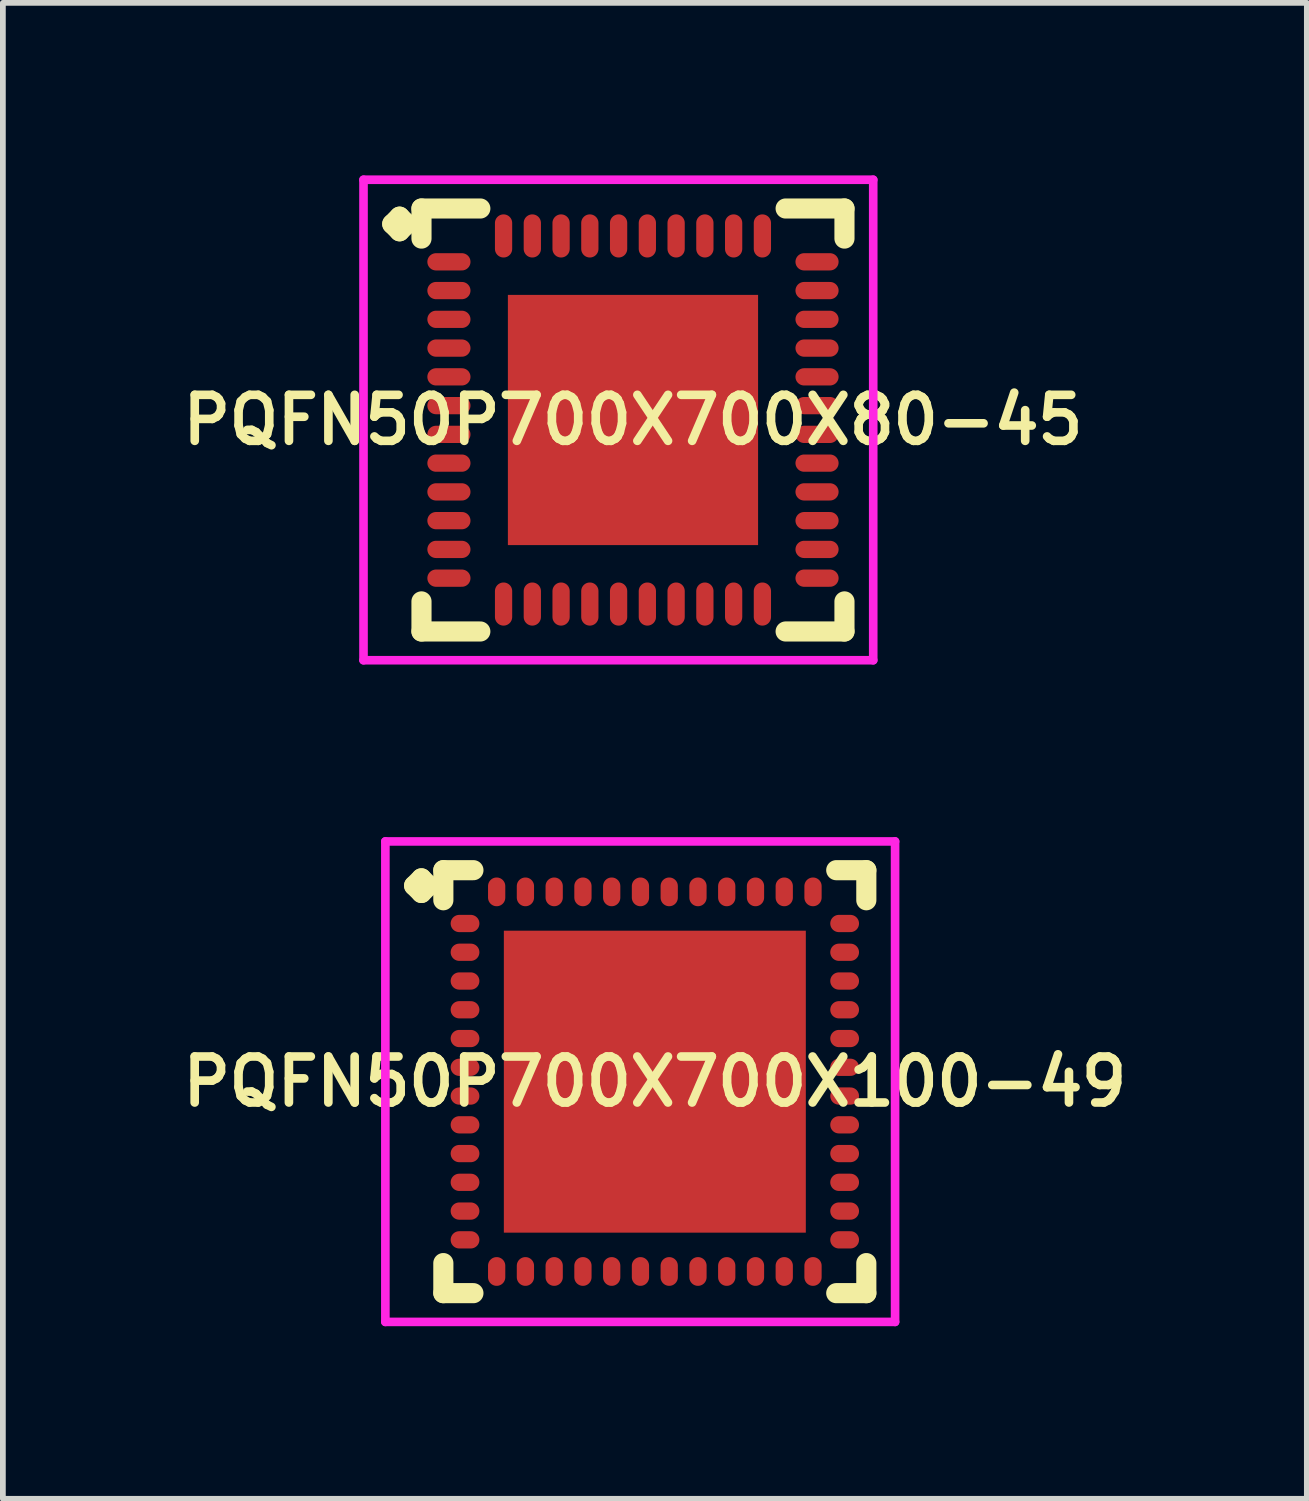
<source format=kicad_pcb>
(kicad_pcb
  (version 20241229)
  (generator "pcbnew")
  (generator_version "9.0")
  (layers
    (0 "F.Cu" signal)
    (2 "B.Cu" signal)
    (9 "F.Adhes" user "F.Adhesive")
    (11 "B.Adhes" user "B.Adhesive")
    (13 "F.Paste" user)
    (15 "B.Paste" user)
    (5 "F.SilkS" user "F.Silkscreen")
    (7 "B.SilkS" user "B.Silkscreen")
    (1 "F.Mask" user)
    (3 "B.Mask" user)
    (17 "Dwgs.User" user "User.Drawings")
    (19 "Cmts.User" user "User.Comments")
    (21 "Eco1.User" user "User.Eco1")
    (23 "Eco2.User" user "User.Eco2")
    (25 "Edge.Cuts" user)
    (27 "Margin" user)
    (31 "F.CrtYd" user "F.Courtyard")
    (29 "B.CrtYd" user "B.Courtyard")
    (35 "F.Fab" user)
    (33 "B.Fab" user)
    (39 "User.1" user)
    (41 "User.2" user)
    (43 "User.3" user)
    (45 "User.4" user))
  (footprint "PQFN50P700X700X80-45"
    (layer "F.Cu")
    (at 7.955 4.252)
    (property "Reference" "PQFN50P700X700X80-45" (at 0 0 0) (layer "F.SilkS") (effects (font (size 0.8 0.8) (thickness 0.15))))
    (attr smd)
    (fp_line (start -4.185 -3.408) (end -4.058 -3.535) (stroke (width 0.35) (type solid)) (layer "F.SilkS"))
    (fp_line (start -4.058 -3.535) (end -3.931 -3.408) (stroke (width 0.35) (type solid)) (layer "F.SilkS"))
    (fp_line (start -4.058 -3.281) (end -4.185 -3.408) (stroke (width 0.35) (type solid)) (layer "F.SilkS"))
    (fp_line (start -3.931 -3.408) (end -4.058 -3.281) (stroke (width 0.35) (type solid)) (layer "F.SilkS"))
    (fp_line (start -3.677 -3.677) (end -2.654 -3.677) (stroke (width 0.35) (type solid)) (layer "F.SilkS"))
    (fp_line (start -3.677 -3.154) (end -3.677 -3.677) (stroke (width 0.35) (type solid)) (layer "F.SilkS"))
    (fp_line (start -3.677 3.154) (end -3.677 3.677) (stroke (width 0.35) (type solid)) (layer "F.SilkS"))
    (fp_line (start -3.677 3.677) (end -2.654 3.677) (stroke (width 0.35) (type solid)) (layer "F.SilkS"))
    (fp_line (start 2.654 -3.677) (end 3.677 -3.677) (stroke (width 0.35) (type solid)) (layer "F.SilkS"))
    (fp_line (start 2.654 3.677) (end 3.677 3.677) (stroke (width 0.35) (type solid)) (layer "F.SilkS"))
    (fp_line (start 3.677 -3.677) (end 3.677 -3.154) (stroke (width 0.35) (type solid)) (layer "F.SilkS"))
    (fp_line (start 3.677 3.677) (end 3.677 3.154) (stroke (width 0.35) (type solid)) (layer "F.SilkS"))
    (fp_line (start -4.685 -4.177) (end 4.177 -4.177) (stroke (width 0.15) (type solid)) (layer "F.CrtYd"))
    (fp_line (start -4.685 4.177) (end -4.685 -4.177) (stroke (width 0.15) (type solid)) (layer "F.CrtYd"))
    (fp_line (start 4.177 -4.177) (end 4.177 4.177) (stroke (width 0.15) (type solid)) (layer "F.CrtYd"))
    (fp_line (start 4.177 4.177) (end -4.685 4.177) (stroke (width 0.15) (type solid)) (layer "F.CrtYd"))
    (pad "1" smd oval (at -3.2 -2.75) (size 0.75 0.3) (layers "F.Cu" "F.Mask" "F.Paste"))
    (pad "2" smd oval (at -3.2 -2.25) (size 0.75 0.3) (layers "F.Cu" "F.Mask" "F.Paste"))
    (pad "3" smd oval (at -3.2 -1.75) (size 0.75 0.3) (layers "F.Cu" "F.Mask" "F.Paste"))
    (pad "4" smd oval (at -3.2 -1.25) (size 0.75 0.3) (layers "F.Cu" "F.Mask" "F.Paste"))
    (pad "5" smd oval (at -3.2 -0.75) (size 0.75 0.3) (layers "F.Cu" "F.Mask" "F.Paste"))
    (pad "6" smd oval (at -3.2 -0.25) (size 0.75 0.3) (layers "F.Cu" "F.Mask" "F.Paste"))
    (pad "7" smd oval (at -3.2 0.25) (size 0.75 0.3) (layers "F.Cu" "F.Mask" "F.Paste"))
    (pad "8" smd oval (at -3.2 0.75) (size 0.75 0.3) (layers "F.Cu" "F.Mask" "F.Paste"))
    (pad "9" smd oval (at -3.2 1.25) (size 0.75 0.3) (layers "F.Cu" "F.Mask" "F.Paste"))
    (pad "10" smd oval (at -3.2 1.75) (size 0.75 0.3) (layers "F.Cu" "F.Mask" "F.Paste"))
    (pad "11" smd oval (at -3.2 2.25) (size 0.75 0.3) (layers "F.Cu" "F.Mask" "F.Paste"))
    (pad "12" smd oval (at -3.2 2.75) (size 0.75 0.3) (layers "F.Cu" "F.Mask" "F.Paste"))
    (pad "13" smd oval (at -2.25 3.2) (size 0.3 0.75) (layers "F.Cu" "F.Mask" "F.Paste"))
    (pad "14" smd oval (at -1.75 3.2) (size 0.3 0.75) (layers "F.Cu" "F.Mask" "F.Paste"))
    (pad "15" smd oval (at -1.25 3.2) (size 0.3 0.75) (layers "F.Cu" "F.Mask" "F.Paste"))
    (pad "16" smd oval (at -0.75 3.2) (size 0.3 0.75) (layers "F.Cu" "F.Mask" "F.Paste"))
    (pad "17" smd oval (at -0.25 3.2) (size 0.3 0.75) (layers "F.Cu" "F.Mask" "F.Paste"))
    (pad "18" smd oval (at 0.25 3.2) (size 0.3 0.75) (layers "F.Cu" "F.Mask" "F.Paste"))
    (pad "19" smd oval (at 0.75 3.2) (size 0.3 0.75) (layers "F.Cu" "F.Mask" "F.Paste"))
    (pad "20" smd oval (at 1.25 3.2) (size 0.3 0.75) (layers "F.Cu" "F.Mask" "F.Paste"))
    (pad "21" smd oval (at 1.75 3.2) (size 0.3 0.75) (layers "F.Cu" "F.Mask" "F.Paste"))
    (pad "22" smd oval (at 2.25 3.2) (size 0.3 0.75) (layers "F.Cu" "F.Mask" "F.Paste"))
    (pad "23" smd oval (at 3.2 2.75) (size 0.75 0.3) (layers "F.Cu" "F.Mask" "F.Paste"))
    (pad "24" smd oval (at 3.2 2.25) (size 0.75 0.3) (layers "F.Cu" "F.Mask" "F.Paste"))
    (pad "25" smd oval (at 3.2 1.75) (size 0.75 0.3) (layers "F.Cu" "F.Mask" "F.Paste"))
    (pad "26" smd oval (at 3.2 1.25) (size 0.75 0.3) (layers "F.Cu" "F.Mask" "F.Paste"))
    (pad "27" smd oval (at 3.2 0.75) (size 0.75 0.3) (layers "F.Cu" "F.Mask" "F.Paste"))
    (pad "28" smd oval (at 3.2 0.25) (size 0.75 0.3) (layers "F.Cu" "F.Mask" "F.Paste"))
    (pad "29" smd oval (at 3.2 -0.25) (size 0.75 0.3) (layers "F.Cu" "F.Mask" "F.Paste"))
    (pad "30" smd oval (at 3.2 -0.75) (size 0.75 0.3) (layers "F.Cu" "F.Mask" "F.Paste"))
    (pad "31" smd oval (at 3.2 -1.25) (size 0.75 0.3) (layers "F.Cu" "F.Mask" "F.Paste"))
    (pad "32" smd oval (at 3.2 -1.75) (size 0.75 0.3) (layers "F.Cu" "F.Mask" "F.Paste"))
    (pad "33" smd oval (at 3.2 -2.25) (size 0.75 0.3) (layers "F.Cu" "F.Mask" "F.Paste"))
    (pad "34" smd oval (at 3.2 -2.75) (size 0.75 0.3) (layers "F.Cu" "F.Mask" "F.Paste"))
    (pad "35" smd oval (at 2.25 -3.2) (size 0.3 0.75) (layers "F.Cu" "F.Mask" "F.Paste"))
    (pad "36" smd oval (at 1.75 -3.2) (size 0.3 0.75) (layers "F.Cu" "F.Mask" "F.Paste"))
    (pad "37" smd oval (at 1.25 -3.2) (size 0.3 0.75) (layers "F.Cu" "F.Mask" "F.Paste"))
    (pad "38" smd oval (at 0.75 -3.2) (size 0.3 0.75) (layers "F.Cu" "F.Mask" "F.Paste"))
    (pad "39" smd oval (at 0.25 -3.2) (size 0.3 0.75) (layers "F.Cu" "F.Mask" "F.Paste"))
    (pad "40" smd oval (at -0.25 -3.2) (size 0.3 0.75) (layers "F.Cu" "F.Mask" "F.Paste"))
    (pad "41" smd oval (at -0.75 -3.2) (size 0.3 0.75) (layers "F.Cu" "F.Mask" "F.Paste"))
    (pad "42" smd oval (at -1.25 -3.2) (size 0.3 0.75) (layers "F.Cu" "F.Mask" "F.Paste"))
    (pad "43" smd oval (at -1.75 -3.2) (size 0.3 0.75) (layers "F.Cu" "F.Mask" "F.Paste"))
    (pad "44" smd oval (at -2.25 -3.2) (size 0.3 0.75) (layers "F.Cu" "F.Mask" "F.Paste"))
    (pad "45" smd rect (at 0 0) (size 4.35 4.35) (layers "F.Cu" "F.Mask" "F.Paste")))
  (footprint "PQFN50P700X700X100-49"
    (layer "F.Cu")
    (at 8.335 15.756)
    (property "Reference" "PQFN50P700X700X100-49" (at 0 0 0) (layer "F.SilkS") (effects (font (size 0.8 0.8) (thickness 0.15))))
    (attr smd)
    (fp_line (start -4.185 -3.408) (end -4.058 -3.535) (stroke (width 0.35) (type solid)) (layer "F.SilkS"))
    (fp_line (start -4.058 -3.535) (end -3.931 -3.408) (stroke (width 0.35) (type solid)) (layer "F.SilkS"))
    (fp_line (start -4.058 -3.281) (end -4.185 -3.408) (stroke (width 0.35) (type solid)) (layer "F.SilkS"))
    (fp_line (start -3.931 -3.408) (end -4.058 -3.281) (stroke (width 0.35) (type solid)) (layer "F.SilkS"))
    (fp_line (start -3.677 -3.677) (end -3.154 -3.677) (stroke (width 0.35) (type solid)) (layer "F.SilkS"))
    (fp_line (start -3.677 -3.154) (end -3.677 -3.677) (stroke (width 0.35) (type solid)) (layer "F.SilkS"))
    (fp_line (start -3.677 3.154) (end -3.677 3.677) (stroke (width 0.35) (type solid)) (layer "F.SilkS"))
    (fp_line (start -3.677 3.677) (end -3.154 3.677) (stroke (width 0.35) (type solid)) (layer "F.SilkS"))
    (fp_line (start 3.154 -3.677) (end 3.677 -3.677) (stroke (width 0.35) (type solid)) (layer "F.SilkS"))
    (fp_line (start 3.154 3.677) (end 3.677 3.677) (stroke (width 0.35) (type solid)) (layer "F.SilkS"))
    (fp_line (start 3.677 -3.677) (end 3.677 -3.154) (stroke (width 0.35) (type solid)) (layer "F.SilkS"))
    (fp_line (start 3.677 3.677) (end 3.677 3.154) (stroke (width 0.35) (type solid)) (layer "F.SilkS"))
    (fp_line (start -4.685 -4.177) (end 4.177 -4.177) (stroke (width 0.15) (type solid)) (layer "F.CrtYd"))
    (fp_line (start -4.685 4.177) (end -4.685 -4.177) (stroke (width 0.15) (type solid)) (layer "F.CrtYd"))
    (fp_line (start 4.177 -4.177) (end 4.177 4.177) (stroke (width 0.15) (type solid)) (layer "F.CrtYd"))
    (fp_line (start 4.177 4.177) (end -4.685 4.177) (stroke (width 0.15) (type solid)) (layer "F.CrtYd"))
    (pad "1" smd oval (at -3.3 -2.75) (size 0.5 0.3) (layers "F.Cu" "F.Mask" "F.Paste"))
    (pad "2" smd oval (at -3.3 -2.25) (size 0.5 0.3) (layers "F.Cu" "F.Mask" "F.Paste"))
    (pad "3" smd oval (at -3.3 -1.75) (size 0.5 0.3) (layers "F.Cu" "F.Mask" "F.Paste"))
    (pad "4" smd oval (at -3.3 -1.25) (size 0.5 0.3) (layers "F.Cu" "F.Mask" "F.Paste"))
    (pad "5" smd oval (at -3.3 -0.75) (size 0.5 0.3) (layers "F.Cu" "F.Mask" "F.Paste"))
    (pad "6" smd oval (at -3.3 -0.25) (size 0.5 0.3) (layers "F.Cu" "F.Mask" "F.Paste"))
    (pad "7" smd oval (at -3.3 0.25) (size 0.5 0.3) (layers "F.Cu" "F.Mask" "F.Paste"))
    (pad "8" smd oval (at -3.3 0.75) (size 0.5 0.3) (layers "F.Cu" "F.Mask" "F.Paste"))
    (pad "9" smd oval (at -3.3 1.25) (size 0.5 0.3) (layers "F.Cu" "F.Mask" "F.Paste"))
    (pad "10" smd oval (at -3.3 1.75) (size 0.5 0.3) (layers "F.Cu" "F.Mask" "F.Paste"))
    (pad "11" smd oval (at -3.3 2.25) (size 0.5 0.3) (layers "F.Cu" "F.Mask" "F.Paste"))
    (pad "12" smd oval (at -3.3 2.75) (size 0.5 0.3) (layers "F.Cu" "F.Mask" "F.Paste"))
    (pad "13" smd oval (at -2.75 3.3) (size 0.3 0.5) (layers "F.Cu" "F.Mask" "F.Paste"))
    (pad "14" smd oval (at -2.25 3.3) (size 0.3 0.5) (layers "F.Cu" "F.Mask" "F.Paste"))
    (pad "15" smd oval (at -1.75 3.3) (size 0.3 0.5) (layers "F.Cu" "F.Mask" "F.Paste"))
    (pad "16" smd oval (at -1.25 3.3) (size 0.3 0.5) (layers "F.Cu" "F.Mask" "F.Paste"))
    (pad "17" smd oval (at -0.75 3.3) (size 0.3 0.5) (layers "F.Cu" "F.Mask" "F.Paste"))
    (pad "18" smd oval (at -0.25 3.3) (size 0.3 0.5) (layers "F.Cu" "F.Mask" "F.Paste"))
    (pad "19" smd oval (at 0.25 3.3) (size 0.3 0.5) (layers "F.Cu" "F.Mask" "F.Paste"))
    (pad "20" smd oval (at 0.75 3.3) (size 0.3 0.5) (layers "F.Cu" "F.Mask" "F.Paste"))
    (pad "21" smd oval (at 1.25 3.3) (size 0.3 0.5) (layers "F.Cu" "F.Mask" "F.Paste"))
    (pad "22" smd oval (at 1.75 3.3) (size 0.3 0.5) (layers "F.Cu" "F.Mask" "F.Paste"))
    (pad "23" smd oval (at 2.25 3.3) (size 0.3 0.5) (layers "F.Cu" "F.Mask" "F.Paste"))
    (pad "24" smd oval (at 2.75 3.3) (size 0.3 0.5) (layers "F.Cu" "F.Mask" "F.Paste"))
    (pad "25" smd oval (at 3.3 2.75) (size 0.5 0.3) (layers "F.Cu" "F.Mask" "F.Paste"))
    (pad "26" smd oval (at 3.3 2.25) (size 0.5 0.3) (layers "F.Cu" "F.Mask" "F.Paste"))
    (pad "27" smd oval (at 3.3 1.75) (size 0.5 0.3) (layers "F.Cu" "F.Mask" "F.Paste"))
    (pad "28" smd oval (at 3.3 1.25) (size 0.5 0.3) (layers "F.Cu" "F.Mask" "F.Paste"))
    (pad "29" smd oval (at 3.3 0.75) (size 0.5 0.3) (layers "F.Cu" "F.Mask" "F.Paste"))
    (pad "30" smd oval (at 3.3 0.25) (size 0.5 0.3) (layers "F.Cu" "F.Mask" "F.Paste"))
    (pad "31" smd oval (at 3.3 -0.25) (size 0.5 0.3) (layers "F.Cu" "F.Mask" "F.Paste"))
    (pad "32" smd oval (at 3.3 -0.75) (size 0.5 0.3) (layers "F.Cu" "F.Mask" "F.Paste"))
    (pad "33" smd oval (at 3.3 -1.25) (size 0.5 0.3) (layers "F.Cu" "F.Mask" "F.Paste"))
    (pad "34" smd oval (at 3.3 -1.75) (size 0.5 0.3) (layers "F.Cu" "F.Mask" "F.Paste"))
    (pad "35" smd oval (at 3.3 -2.25) (size 0.5 0.3) (layers "F.Cu" "F.Mask" "F.Paste"))
    (pad "36" smd oval (at 3.3 -2.75) (size 0.5 0.3) (layers "F.Cu" "F.Mask" "F.Paste"))
    (pad "37" smd oval (at 2.75 -3.3) (size 0.3 0.5) (layers "F.Cu" "F.Mask" "F.Paste"))
    (pad "38" smd oval (at 2.25 -3.3) (size 0.3 0.5) (layers "F.Cu" "F.Mask" "F.Paste"))
    (pad "39" smd oval (at 1.75 -3.3) (size 0.3 0.5) (layers "F.Cu" "F.Mask" "F.Paste"))
    (pad "40" smd oval (at 1.25 -3.3) (size 0.3 0.5) (layers "F.Cu" "F.Mask" "F.Paste"))
    (pad "41" smd oval (at 0.75 -3.3) (size 0.3 0.5) (layers "F.Cu" "F.Mask" "F.Paste"))
    (pad "42" smd oval (at 0.25 -3.3) (size 0.3 0.5) (layers "F.Cu" "F.Mask" "F.Paste"))
    (pad "43" smd oval (at -0.25 -3.3) (size 0.3 0.5) (layers "F.Cu" "F.Mask" "F.Paste"))
    (pad "44" smd oval (at -0.75 -3.3) (size 0.3 0.5) (layers "F.Cu" "F.Mask" "F.Paste"))
    (pad "45" smd oval (at -1.25 -3.3) (size 0.3 0.5) (layers "F.Cu" "F.Mask" "F.Paste"))
    (pad "46" smd oval (at -1.75 -3.3) (size 0.3 0.5) (layers "F.Cu" "F.Mask" "F.Paste"))
    (pad "47" smd oval (at -2.25 -3.3) (size 0.3 0.5) (layers "F.Cu" "F.Mask" "F.Paste"))
    (pad "48" smd oval (at -2.75 -3.3) (size 0.3 0.5) (layers "F.Cu" "F.Mask" "F.Paste"))
    (pad "49" smd rect (at 0 0) (size 5.25 5.25) (layers "F.Cu" "F.Mask" "F.Paste")))
  (gr_rect
    (start -3 -3)
    (end 19.671 23.008)
    (stroke (width 0.1) (type default))
    (fill no)
    (layer "Edge.Cuts")))
</source>
